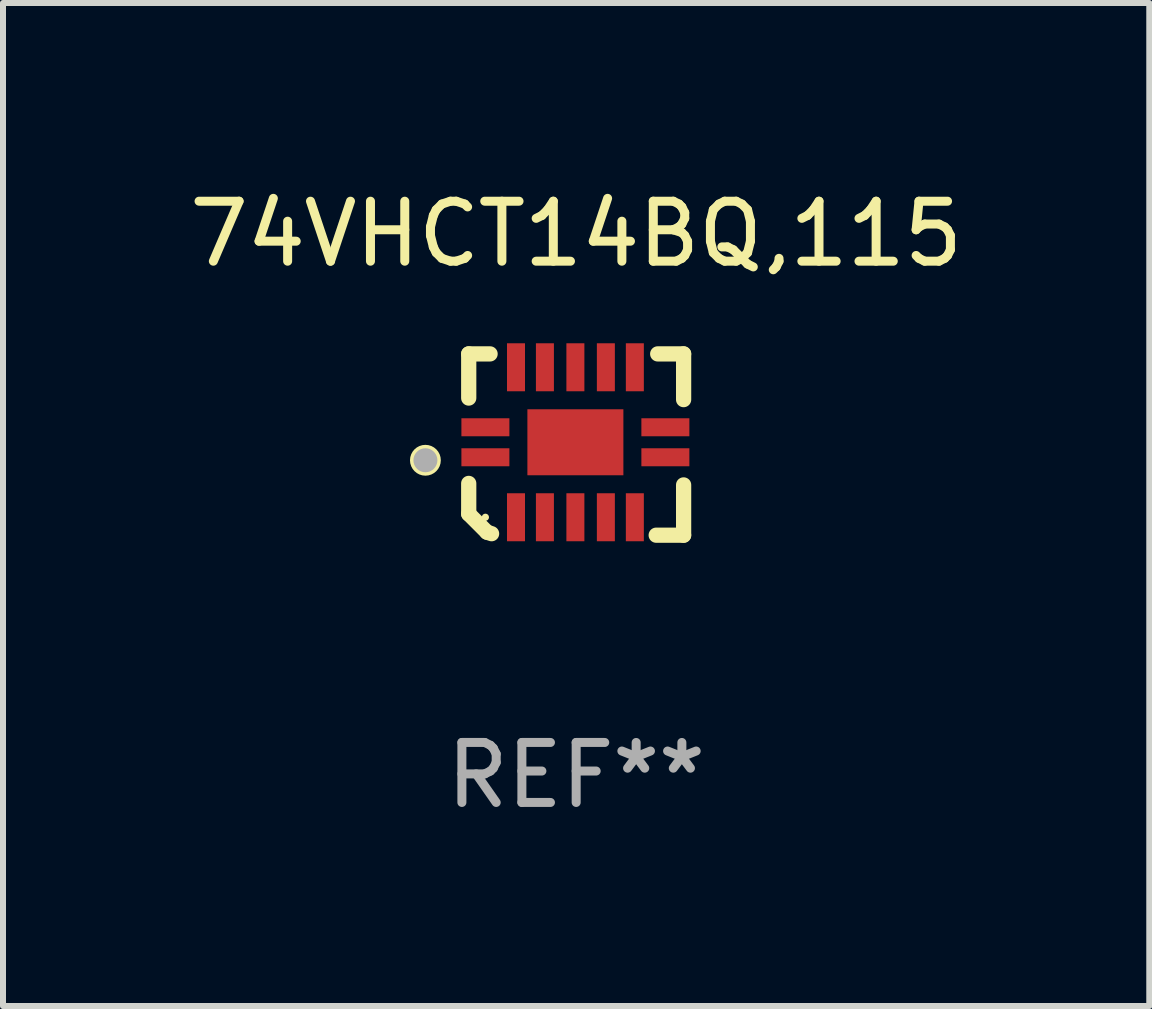
<source format=kicad_pcb>
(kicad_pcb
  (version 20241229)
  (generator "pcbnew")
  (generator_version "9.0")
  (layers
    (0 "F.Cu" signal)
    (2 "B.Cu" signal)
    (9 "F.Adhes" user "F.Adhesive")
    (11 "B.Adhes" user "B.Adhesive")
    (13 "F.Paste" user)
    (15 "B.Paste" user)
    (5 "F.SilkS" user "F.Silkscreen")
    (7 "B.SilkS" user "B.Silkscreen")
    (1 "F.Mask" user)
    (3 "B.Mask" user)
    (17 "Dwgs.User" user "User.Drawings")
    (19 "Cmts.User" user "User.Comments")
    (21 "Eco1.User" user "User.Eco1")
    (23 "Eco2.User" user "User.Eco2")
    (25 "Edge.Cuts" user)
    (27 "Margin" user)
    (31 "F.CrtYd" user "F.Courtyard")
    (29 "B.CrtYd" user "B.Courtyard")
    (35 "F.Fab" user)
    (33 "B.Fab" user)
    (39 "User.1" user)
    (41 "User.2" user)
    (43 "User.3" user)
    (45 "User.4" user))
  (footprint "74VHCT14BQ,115"
    (layer "F.Cu")
    (at 6.554 4.36)
    (property "Reference" "74VHCT14BQ,115" (at 0 -3.511 0) (layer "F.SilkS") (effects (font (size 1 1) (thickness 0.15))))
    (attr through_hole)
    (fp_line (start -1.791 -1.511) (end -1.435 -1.511) (stroke (width 0.254) (type solid)) (layer "F.SilkS"))
    (fp_line (start -1.791 -0.775) (end -1.791 -1.511) (stroke (width 0.254) (type solid)) (layer "F.SilkS"))
    (fp_line (start -1.791 1.156) (end -1.791 0.648) (stroke (width 0.254) (type solid)) (layer "F.SilkS"))
    (fp_line (start -1.486 1.461) (end -1.791 1.156) (stroke (width 0.254) (type solid)) (layer "F.SilkS"))
    (fp_line (start -1.41 1.486) (end -1.486 1.461) (stroke (width 0.254) (type solid)) (layer "F.SilkS"))
    (fp_line (start 1.334 1.511) (end 1.791 1.511) (stroke (width 0.254) (type solid)) (layer "F.SilkS"))
    (fp_line (start 1.791 -1.511) (end 1.359 -1.511) (stroke (width 0.254) (type solid)) (layer "F.SilkS"))
    (fp_line (start 1.791 -0.749) (end 1.791 -1.511) (stroke (width 0.254) (type solid)) (layer "F.SilkS"))
    (fp_line (start 1.791 1.511) (end 1.791 0.673) (stroke (width 0.254) (type solid)) (layer "F.SilkS"))
    (fp_circle (center -2.513 0.262) (end -2.383 0.262) (stroke (width 0.254) (type solid)) (fill no) (layer "F.SilkS"))
    (fp_circle (center -1.513 1.212) (end -1.483 1.212) (stroke (width 0.06) (type solid)) (fill no) (layer "F.SilkS"))
    (fp_circle (center -2.513 0.262) (end -2.413 0.262) (stroke (width 0.2) (type solid)) (fill no) (layer "F.Fab"))
    (fp_text user "REF**" (at 0 5.511 0) (layer "F.Fab") (effects (font (size 1 1) (thickness 0.15))))
    (pad "1" smd rect (at -1.513 0.212) (size 0.8 0.3) (layers "F.Cu" "F.Mask" "F.Paste"))
    (pad "2" smd rect (at -1.003 1.212) (size 0.3 0.8) (layers "F.Cu" "F.Mask" "F.Paste"))
    (pad "3" smd rect (at -0.521 1.212) (size 0.3 0.8) (layers "F.Cu" "F.Mask" "F.Paste"))
    (pad "4" smd rect (at -0.013 1.212) (size 0.3 0.8) (layers "F.Cu" "F.Mask" "F.Paste"))
    (pad "5" smd rect (at 0.495 1.212) (size 0.3 0.8) (layers "F.Cu" "F.Mask" "F.Paste"))
    (pad "6" smd rect (at 0.978 1.212) (size 0.3 0.8) (layers "F.Cu" "F.Mask" "F.Paste"))
    (pad "7" smd rect (at 1.487 0.212) (size 0.8 0.3) (layers "F.Cu" "F.Mask" "F.Paste"))
    (pad "8" smd rect (at 1.487 -0.288) (size 0.8 0.3) (layers "F.Cu" "F.Mask" "F.Paste"))
    (pad "9" smd rect (at 0.978 -1.288) (size 0.3 0.8) (layers "F.Cu" "F.Mask" "F.Paste"))
    (pad "10" smd rect (at 0.495 -1.288) (size 0.3 0.8) (layers "F.Cu" "F.Mask" "F.Paste"))
    (pad "11" smd rect (at -0.013 -1.288) (size 0.3 0.8) (layers "F.Cu" "F.Mask" "F.Paste"))
    (pad "12" smd rect (at -0.521 -1.288) (size 0.3 0.8) (layers "F.Cu" "F.Mask" "F.Paste"))
    (pad "13" smd rect (at -1.003 -1.288) (size 0.3 0.8) (layers "F.Cu" "F.Mask" "F.Paste"))
    (pad "14" smd rect (at -1.513 -0.288) (size 0.8 0.3) (layers "F.Cu" "F.Mask" "F.Paste"))
    (pad "15" smd rect (at -0.013 -0.038 90) (size 1.1 1.6) (layers "F.Cu" "F.Mask" "F.Paste")))
  (gr_rect
    (start -3 -3)
    (end 16.107 13.719)
    (stroke (width 0.1) (type default))
    (fill no)
    (layer "Edge.Cuts")))
</source>
